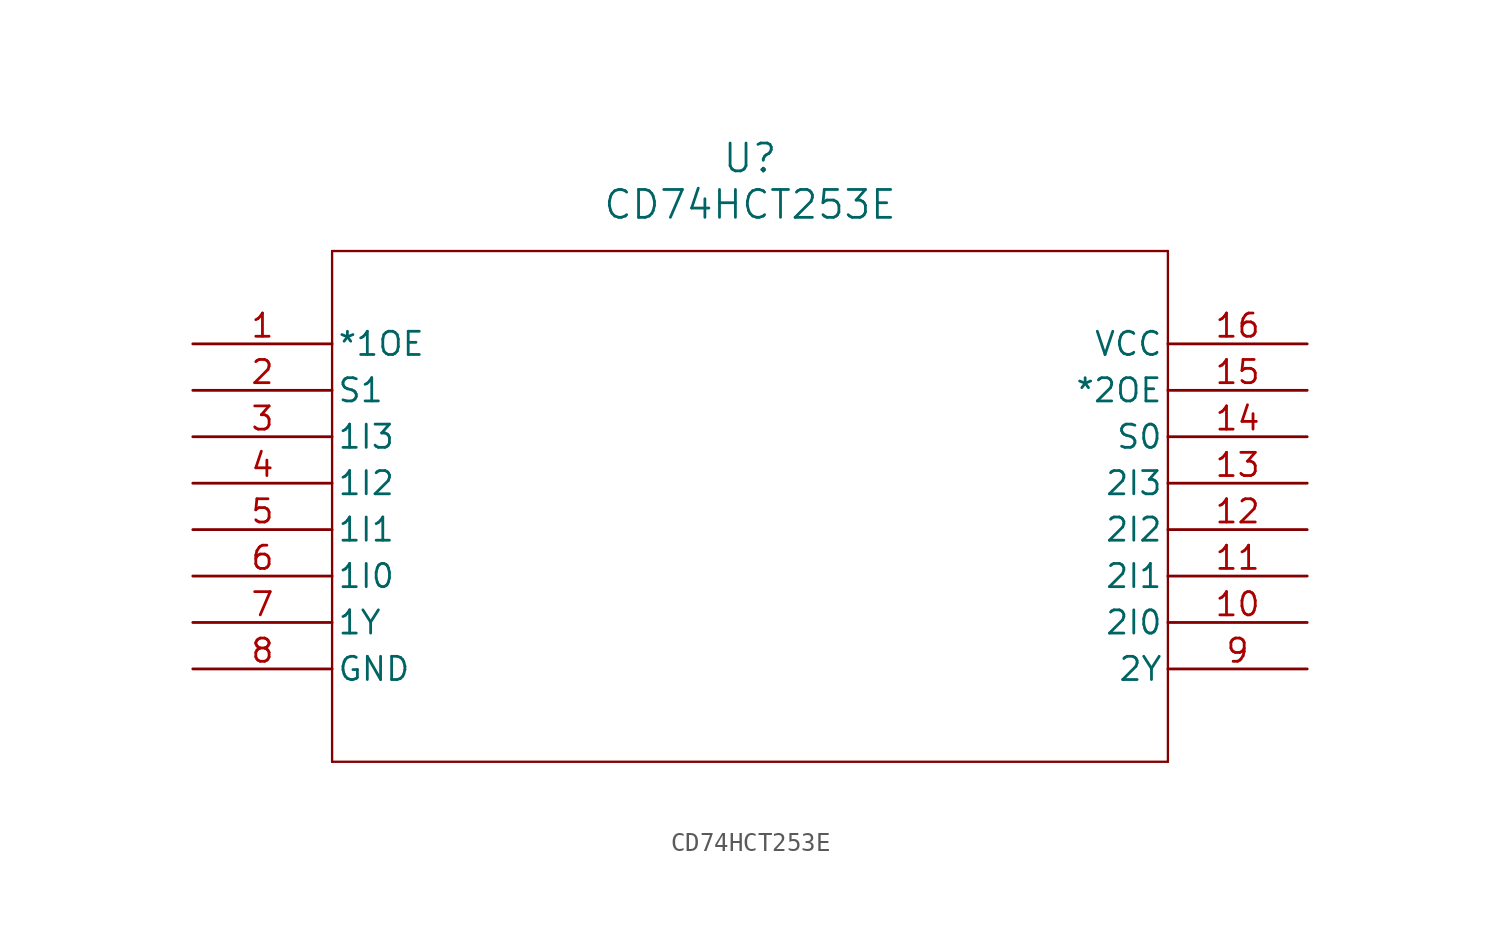
<source format=kicad_sym>
(kicad_symbol_lib
  (version 20211014)
  (generator kicad_symbol_editor)
  (symbol "CD74HCT253E"
    (pin_names
      (offset 0.254))
    (property "Reference" "U"
      (at 30.48 10.16 0)
      (effects (font (size 1.524 1.524))))
    (property "Value" "CD74HCT253E"
      (at 30.48 7.62 0)
      (effects (font (size 1.524 1.524))))
    (polyline
      (pts (xy 7.62 5.08) (xy 7.62 -22.86))
      (stroke (width 0.127) (type default) (color 0 0 0 0))
      (fill (type none)))
    (polyline
      (pts (xy 7.62 -22.86) (xy 53.34 -22.86))
      (stroke (width 0.127) (type default) (color 0 0 0 0))
      (fill (type none)))
    (polyline
      (pts (xy 53.34 -22.86) (xy 53.34 5.08))
      (stroke (width 0.127) (type default) (color 0 0 0 0))
      (fill (type none)))
    (polyline
      (pts (xy 53.34 5.08) (xy 7.62 5.08))
      (stroke (width 0.127) (type default) (color 0 0 0 0))
      (fill (type none)))
    (pin input line
      (at 0 0 0)
      (length 7.62)
      (name "*1OE" (effects (font (size 1.27 1.27))))
      (number "1" (effects (font (size 1.27 1.27)))))
    (pin input line
      (at 0 -2.54 0)
      (length 7.62)
      (name "S1" (effects (font (size 1.27 1.27))))
      (number "2" (effects (font (size 1.27 1.27)))))
    (pin input line
      (at 0 -5.08 0)
      (length 7.62)
      (name "1I3" (effects (font (size 1.27 1.27))))
      (number "3" (effects (font (size 1.27 1.27)))))
    (pin input line
      (at 0 -7.62 0)
      (length 7.62)
      (name "1I2" (effects (font (size 1.27 1.27))))
      (number "4" (effects (font (size 1.27 1.27)))))
    (pin input line
      (at 0 -10.16 0)
      (length 7.62)
      (name "1I1" (effects (font (size 1.27 1.27))))
      (number "5" (effects (font (size 1.27 1.27)))))
    (pin input line
      (at 0 -12.7 0)
      (length 7.62)
      (name "1I0" (effects (font (size 1.27 1.27))))
      (number "6" (effects (font (size 1.27 1.27)))))
    (pin output line
      (at 0 -15.24 0)
      (length 7.62)
      (name "1Y" (effects (font (size 1.27 1.27))))
      (number "7" (effects (font (size 1.27 1.27)))))
    (pin power_in line
      (at 0 -17.78 0)
      (length 7.62)
      (name "GND" (effects (font (size 1.27 1.27))))
      (number "8" (effects (font (size 1.27 1.27)))))
    (pin output line
      (at 60.96 -17.78 180)
      (length 7.62)
      (name "2Y" (effects (font (size 1.27 1.27))))
      (number "9" (effects (font (size 1.27 1.27)))))
    (pin input line
      (at 60.96 -15.24 180)
      (length 7.62)
      (name "2I0" (effects (font (size 1.27 1.27))))
      (number "10" (effects (font (size 1.27 1.27)))))
    (pin input line
      (at 60.96 -12.7 180)
      (length 7.62)
      (name "2I1" (effects (font (size 1.27 1.27))))
      (number "11" (effects (font (size 1.27 1.27)))))
    (pin input line
      (at 60.96 -10.16 180)
      (length 7.62)
      (name "2I2" (effects (font (size 1.27 1.27))))
      (number "12" (effects (font (size 1.27 1.27)))))
    (pin input line
      (at 60.96 -7.62 180)
      (length 7.62)
      (name "2I3" (effects (font (size 1.27 1.27))))
      (number "13" (effects (font (size 1.27 1.27)))))
    (pin input line
      (at 60.96 -5.08 180)
      (length 7.62)
      (name "S0" (effects (font (size 1.27 1.27))))
      (number "14" (effects (font (size 1.27 1.27)))))
    (pin input line
      (at 60.96 -2.54 180)
      (length 7.62)
      (name "*2OE" (effects (font (size 1.27 1.27))))
      (number "15" (effects (font (size 1.27 1.27)))))
    (pin power_in line
      (at 60.96 0 180)
      (length 7.62)
      (name "VCC" (effects (font (size 1.27 1.27))))
      (number "16" (effects (font (size 1.27 1.27)))))))
</source>
